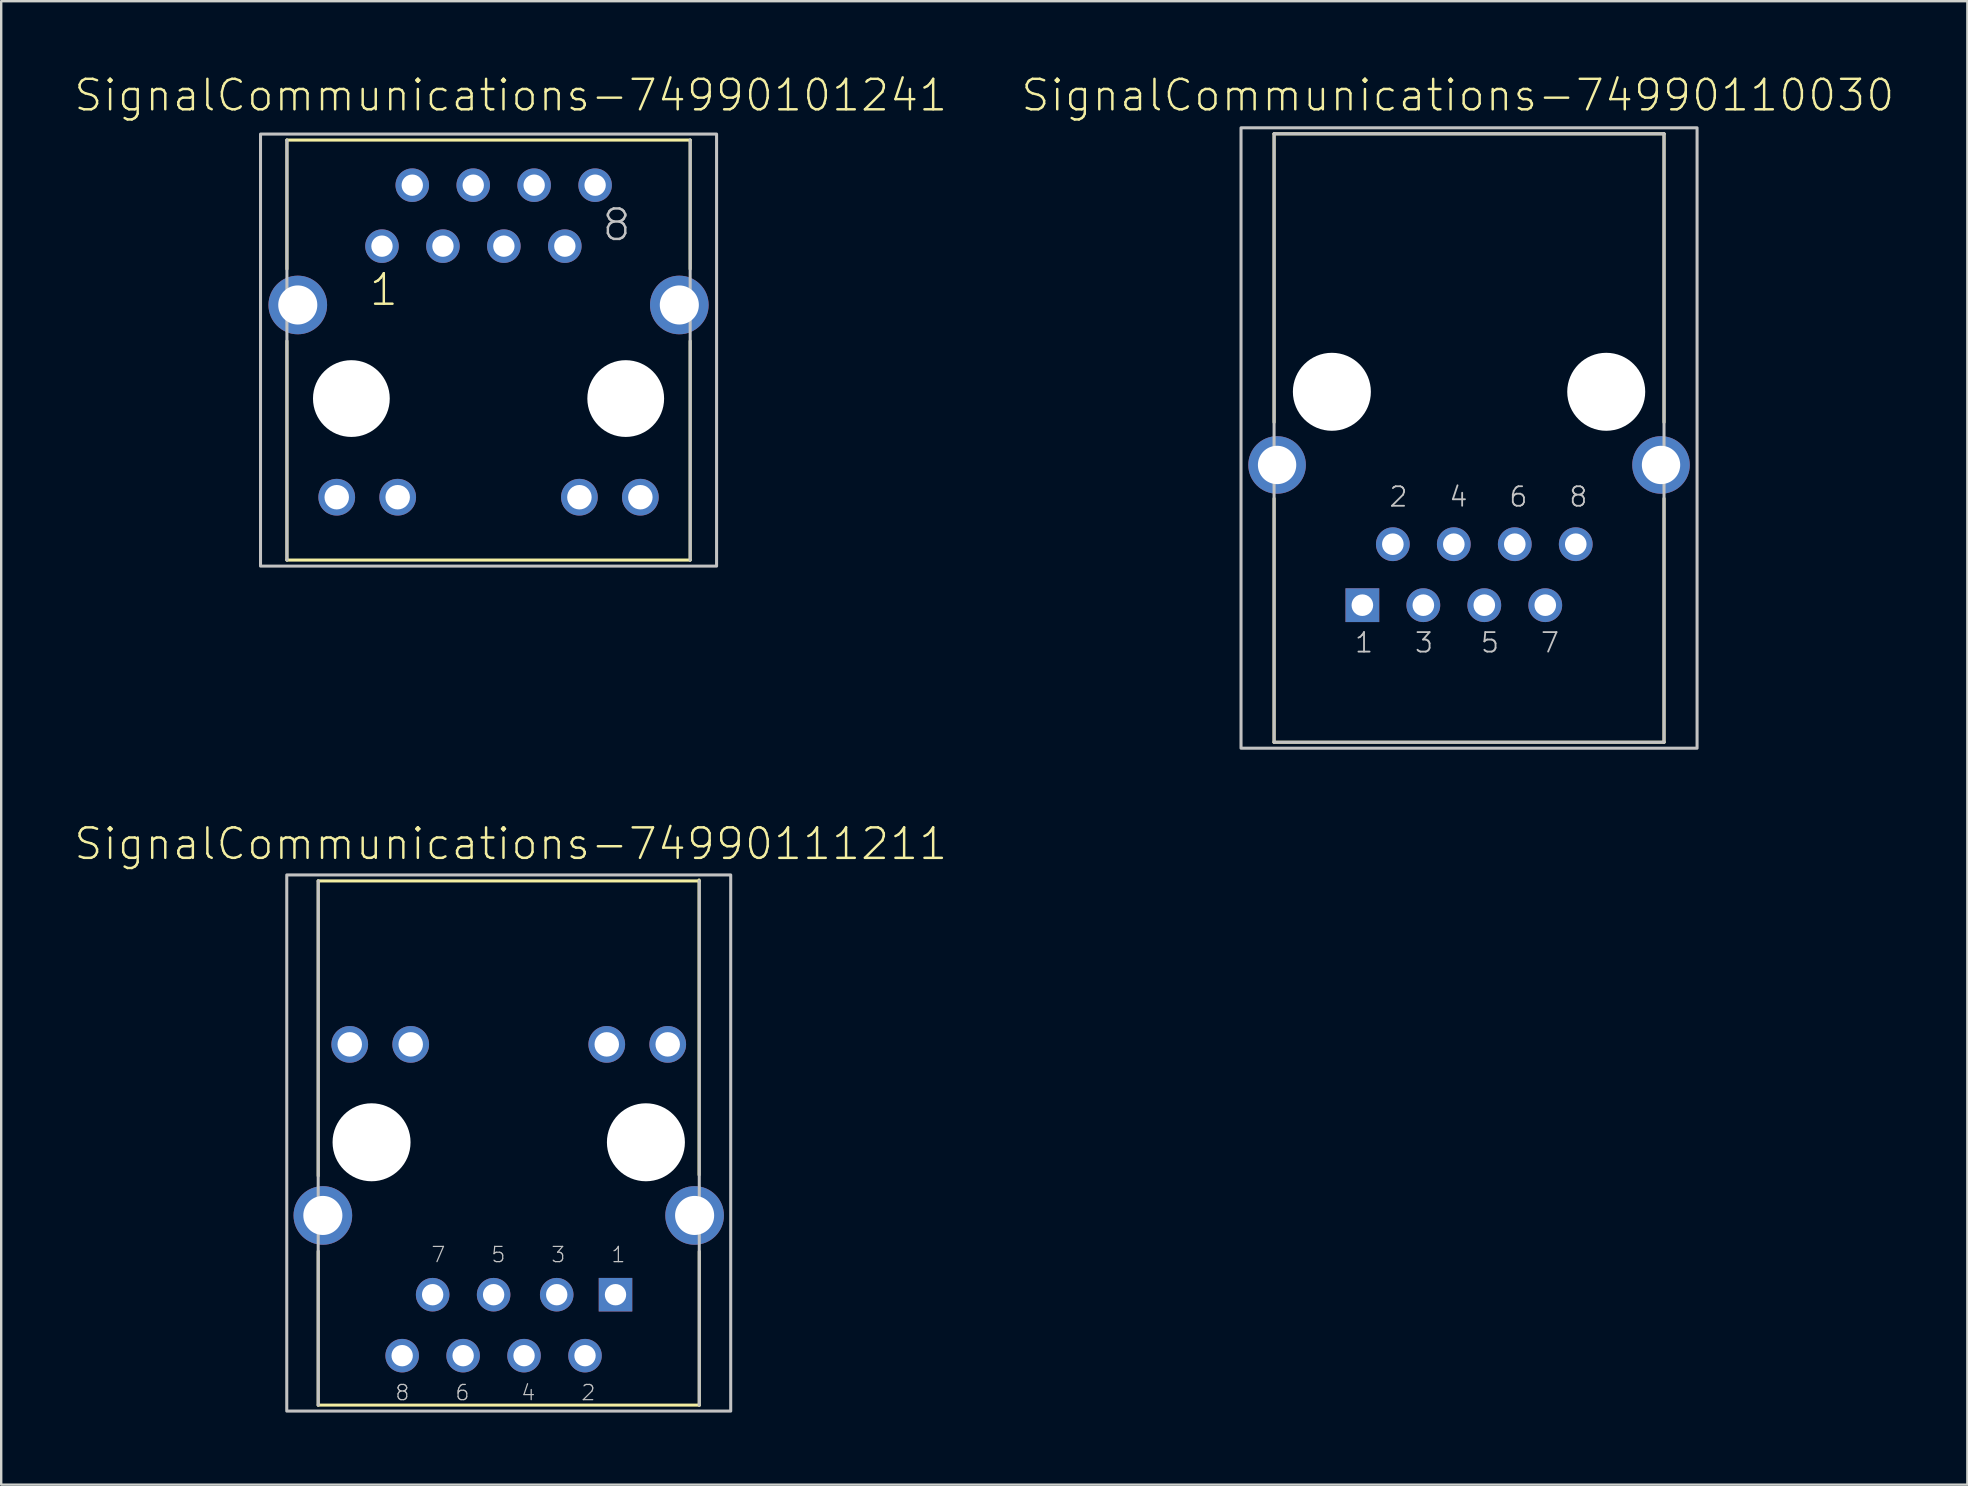
<source format=kicad_pcb>
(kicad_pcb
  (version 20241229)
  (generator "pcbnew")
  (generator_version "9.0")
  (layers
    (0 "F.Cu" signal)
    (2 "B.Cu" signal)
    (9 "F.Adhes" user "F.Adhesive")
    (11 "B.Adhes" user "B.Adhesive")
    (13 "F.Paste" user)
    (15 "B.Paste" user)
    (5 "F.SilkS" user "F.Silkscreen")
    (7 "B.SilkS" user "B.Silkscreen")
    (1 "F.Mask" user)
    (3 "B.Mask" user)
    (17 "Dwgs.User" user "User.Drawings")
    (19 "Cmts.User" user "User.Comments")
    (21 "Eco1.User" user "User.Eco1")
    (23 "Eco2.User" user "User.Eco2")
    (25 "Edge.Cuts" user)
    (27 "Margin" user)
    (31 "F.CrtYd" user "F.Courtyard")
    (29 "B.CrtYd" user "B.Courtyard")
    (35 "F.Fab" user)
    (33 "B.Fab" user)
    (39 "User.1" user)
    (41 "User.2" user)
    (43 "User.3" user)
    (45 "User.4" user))
  (footprint "SignalCommunications-74990110030"
    (layer "F.Cu")
    (at 58.154 13.273)
    (property "Reference" "SignalCommunications-74990110030" (at -0.467 -12.352 0) (layer "F.SilkS") (effects (font (size 1.27 1.27) (thickness 0.102))))
    (attr exclude_from_pos_files exclude_from_bom)
    (fp_line (start -8.123 -10.749) (end 8.123 -10.749) (stroke (width 0.127) (type solid)) (layer "F.SilkS"))
    (fp_line (start -8.123 1.27) (end -8.123 -10.749) (stroke (width 0.127) (type solid)) (layer "F.SilkS"))
    (fp_line (start -8.123 14.6) (end -8.123 4.445) (stroke (width 0.127) (type solid)) (layer "F.SilkS"))
    (fp_line (start -8.123 14.6) (end 8.123 14.6) (stroke (width 0.127) (type solid)) (layer "F.SilkS"))
    (fp_line (start 8.123 1.27) (end 8.123 -10.749) (stroke (width 0.127) (type solid)) (layer "F.SilkS"))
    (fp_line (start 8.123 14.6) (end 8.123 4.445) (stroke (width 0.127) (type solid)) (layer "F.SilkS"))
    (fp_line (start -8.123 -10.749) (end -8.123 14.6) (stroke (width 0.127) (type solid)) (layer "Dwgs.User"))
    (fp_line (start -8.123 -10.749) (end 8.123 -10.749) (stroke (width 0.127) (type solid)) (layer "Dwgs.User"))
    (fp_line (start -8.123 14.6) (end 8.123 14.6) (stroke (width 0.127) (type solid)) (layer "Dwgs.User"))
    (fp_line (start 8.123 14.6) (end 8.123 -10.749) (stroke (width 0.127) (type solid)) (layer "Dwgs.User"))
    (fp_poly (pts (xy -9.5 -10.998) (xy 9.5 -10.998) (xy 9.5 14.849) (xy -9.5 14.849) (xy -9.5 -10.998)) (stroke (width 0.127) (type solid)) (fill no) (layer "Dwgs.User"))
    (fp_text user "6" (at 2.055 4.376 180) (layer "Dwgs.User") (effects (font (size 0.813 0.813) (thickness 0.076))))
    (fp_text user "3" (at -1.877 10.452 180) (layer "Dwgs.User") (effects (font (size 0.813 0.813) (thickness 0.076))))
    (fp_text user "2" (at -2.941 4.376 180) (layer "Dwgs.User") (effects (font (size 0.813 0.813) (thickness 0.076))))
    (fp_text user "1" (at -4.376 10.452 180) (layer "Dwgs.User") (effects (font (size 0.813 0.813) (thickness 0.076))))
    (fp_text user "5" (at 0.871 10.452 180) (layer "Dwgs.User") (effects (font (size 0.813 0.813) (thickness 0.076))))
    (fp_text user "4" (at -0.442 4.376 180) (layer "Dwgs.User") (effects (font (size 0.813 0.813) (thickness 0.076))))
    (fp_text user "7" (at 3.371 10.452 180) (layer "Dwgs.User") (effects (font (size 0.813 0.813) (thickness 0.076))))
    (fp_text user "8" (at 4.554 4.376 180) (layer "Dwgs.User") (effects (font (size 0.813 0.813) (thickness 0.076))))
    (pad "" np_thru_hole circle (at -5.715 0) (size 3.249 3.249) (drill 3.249) (layers "*.Cu" "*.Mask"))
    (pad "" np_thru_hole circle (at 5.715 0) (size 3.249 3.249) (drill 3.249) (layers "*.Cu" "*.Mask"))
    (pad "1" thru_hole rect (at -4.445 8.89) (size 1.407 1.407) (drill 0.899) (layers "*.Cu" "*.Paste" "*.Mask"))
    (pad "2" thru_hole circle (at -3.175 6.35) (size 1.407 1.407) (drill 0.899) (layers "*.Cu" "*.Paste" "*.Mask"))
    (pad "3" thru_hole circle (at -1.905 8.89) (size 1.407 1.407) (drill 0.899) (layers "*.Cu" "*.Paste" "*.Mask"))
    (pad "4" thru_hole circle (at -0.635 6.35) (size 1.407 1.407) (drill 0.899) (layers "*.Cu" "*.Paste" "*.Mask"))
    (pad "5" thru_hole circle (at 0.635 8.89) (size 1.407 1.407) (drill 0.899) (layers "*.Cu" "*.Paste" "*.Mask"))
    (pad "6" thru_hole circle (at 1.905 6.35) (size 1.407 1.407) (drill 0.899) (layers "*.Cu" "*.Paste" "*.Mask"))
    (pad "7" thru_hole circle (at 3.175 8.89) (size 1.407 1.407) (drill 0.899) (layers "*.Cu" "*.Paste" "*.Mask"))
    (pad "8" thru_hole circle (at 4.445 6.35) (size 1.407 1.407) (drill 0.899) (layers "*.Cu" "*.Paste" "*.Mask"))
    (pad "Z1" thru_hole circle (at -7.998 3.048) (size 2.398 2.398) (drill 1.598) (layers "*.Cu" "*.Paste" "*.Mask"))
    (pad "Z2" thru_hole circle (at 7.998 3.048) (size 2.398 2.398) (drill 1.598) (layers "*.Cu" "*.Paste" "*.Mask")))
  (footprint "SignalCommunications-74990101241"
    (layer "F.Cu")
    (at 17.304 13.555)
    (property "Reference" "SignalCommunications-74990101241" (at 0.925 -12.634 0) (layer "F.SilkS") (effects (font (size 1.27 1.27) (thickness 0.102))))
    (attr exclude_from_pos_files exclude_from_bom)
    (fp_line (start -8.4 -10.77) (end 8.4 -10.77) (stroke (width 0.127) (type solid)) (layer "F.SilkS"))
    (fp_line (start -8.4 -5.397) (end -8.4 -10.77) (stroke (width 0.127) (type solid)) (layer "F.SilkS"))
    (fp_line (start -8.4 -2.398) (end -8.4 6.728) (stroke (width 0.127) (type solid)) (layer "F.SilkS"))
    (fp_line (start 8.4 -5.397) (end 8.4 -10.77) (stroke (width 0.127) (type solid)) (layer "F.SilkS"))
    (fp_line (start 8.4 -2.398) (end 8.4 6.728) (stroke (width 0.127) (type solid)) (layer "F.SilkS"))
    (fp_line (start 8.4 6.728) (end -8.4 6.728) (stroke (width 0.127) (type solid)) (layer "F.SilkS"))
    (fp_line (start -8.4 6.728) (end -8.4 -10.77) (stroke (width 0.127) (type solid)) (layer "Dwgs.User"))
    (fp_line (start 8.4 -10.77) (end 8.4 6.728) (stroke (width 0.127) (type solid)) (layer "Dwgs.User"))
    (fp_poly (pts (xy -9.5 -11.019) (xy 9.5 -11.019) (xy 9.5 6.98) (xy -9.5 6.98) (xy -9.5 -11.019)) (stroke (width 0.127) (type solid)) (fill no) (layer "Dwgs.User"))
    (fp_text user "1" (at -4.364 -4.534 0) (layer "F.SilkS") (effects (font (size 1.27 1.27) (thickness 0.102))))
    (fp_text user "8" (at 5.334 -7.234 0) (layer "Dwgs.User") (effects (font (size 1.27 1.27) (thickness 0.102))))
    (pad "" np_thru_hole circle (at -5.715 0) (size 3.198 3.198) (drill 3.198) (layers "*.Cu" "*.Mask"))
    (pad "" np_thru_hole circle (at 5.715 0) (size 3.198 3.198) (drill 3.198) (layers "*.Cu" "*.Mask"))
    (pad "1" thru_hole circle (at -4.44 -6.35) (size 1.397 1.397) (drill 0.889) (layers "*.Cu" "*.Paste" "*.Mask"))
    (pad "2" thru_hole circle (at -3.178 -8.89) (size 1.397 1.397) (drill 0.889) (layers "*.Cu" "*.Paste" "*.Mask"))
    (pad "3" thru_hole circle (at -1.9 -6.35) (size 1.397 1.397) (drill 0.889) (layers "*.Cu" "*.Paste" "*.Mask"))
    (pad "4" thru_hole circle (at -0.638 -8.89) (size 1.397 1.397) (drill 0.889) (layers "*.Cu" "*.Paste" "*.Mask"))
    (pad "5" thru_hole circle (at 0.638 -6.35) (size 1.397 1.397) (drill 0.889) (layers "*.Cu" "*.Paste" "*.Mask"))
    (pad "6" thru_hole circle (at 1.9 -8.89) (size 1.397 1.397) (drill 0.889) (layers "*.Cu" "*.Paste" "*.Mask"))
    (pad "7" thru_hole circle (at 3.178 -6.35) (size 1.397 1.397) (drill 0.889) (layers "*.Cu" "*.Paste" "*.Mask"))
    (pad "8" thru_hole circle (at 4.44 -8.89) (size 1.397 1.397) (drill 0.889) (layers "*.Cu" "*.Paste" "*.Mask"))
    (pad "9" thru_hole circle (at -6.325 4.11) (size 1.529 1.529) (drill 1.019) (layers "*.Cu" "*.Paste" "*.Mask"))
    (pad "10" thru_hole circle (at -3.785 4.11) (size 1.529 1.529) (drill 1.019) (layers "*.Cu" "*.Paste" "*.Mask"))
    (pad "11" thru_hole circle (at 3.785 4.11) (size 1.529 1.529) (drill 1.019) (layers "*.Cu" "*.Paste" "*.Mask"))
    (pad "12" thru_hole circle (at 6.325 4.11) (size 1.529 1.529) (drill 1.019) (layers "*.Cu" "*.Paste" "*.Mask"))
    (pad "SHEL" thru_hole circle (at -7.948 -3.899) (size 2.443 2.443) (drill 1.628) (layers "*.Cu" "*.Paste" "*.Mask"))
    (pad "SHEL" thru_hole circle (at 7.948 -3.899) (size 2.443 2.443) (drill 1.628) (layers "*.Cu" "*.Paste" "*.Mask")))
  (footprint "SignalCommunications-74990111211"
    (layer "F.Cu")
    (at 18.145 44.54)
    (property "Reference" "SignalCommunications-74990111211" (at 0.084 -12.433 0) (layer "F.SilkS") (effects (font (size 1.27 1.27) (thickness 0.102))))
    (attr exclude_from_pos_files exclude_from_bom)
    (fp_line (start -7.938 1.4) (end -7.938 -10.889) (stroke (width 0.127) (type solid)) (layer "F.SilkS"))
    (fp_line (start -7.938 4.539) (end -7.938 10.95) (stroke (width 0.127) (type solid)) (layer "F.SilkS"))
    (fp_line (start -7.938 10.95) (end 7.938 10.95) (stroke (width 0.127) (type solid)) (layer "F.SilkS"))
    (fp_line (start 7.93 1.359) (end 7.93 -10.93) (stroke (width 0.127) (type solid)) (layer "F.SilkS"))
    (fp_line (start 7.938 -10.889) (end -7.938 -10.889) (stroke (width 0.127) (type solid)) (layer "F.SilkS"))
    (fp_line (start 7.938 4.549) (end 7.938 10.958) (stroke (width 0.127) (type solid)) (layer "F.SilkS"))
    (fp_line (start -7.938 -10.889) (end -7.938 10.95) (stroke (width 0.127) (type solid)) (layer "Dwgs.User"))
    (fp_line (start 7.938 10.95) (end 7.938 -10.889) (stroke (width 0.127) (type solid)) (layer "Dwgs.User"))
    (fp_poly (pts (xy -9.248 -11.138) (xy 9.248 -11.138) (xy 9.248 11.199) (xy -9.248 11.199) (xy -9.248 -11.138)) (stroke (width 0.127) (type solid)) (fill no) (layer "Dwgs.User"))
    (fp_text user "2" (at 3.317 10.432 0) (layer "Dwgs.User") (effects (font (size 0.635 0.635) (thickness 0.051))))
    (fp_text user "8" (at -4.432 10.432 0) (layer "Dwgs.User") (effects (font (size 0.635 0.635) (thickness 0.051))))
    (fp_text user "7" (at -2.931 4.681 0) (layer "Dwgs.User") (effects (font (size 0.635 0.635) (thickness 0.051))))
    (fp_text user "3" (at 2.065 4.681 0) (layer "Dwgs.User") (effects (font (size 0.635 0.635) (thickness 0.051))))
    (fp_text user "6" (at -1.93 10.432 0) (layer "Dwgs.User") (effects (font (size 0.635 0.635) (thickness 0.051))))
    (fp_text user "4" (at 0.815 10.432 0) (layer "Dwgs.User") (effects (font (size 0.635 0.635) (thickness 0.051))))
    (fp_text user "5" (at -0.432 4.681 0) (layer "Dwgs.User") (effects (font (size 0.635 0.635) (thickness 0.051))))
    (fp_text user "1" (at 4.567 4.681 0) (layer "Dwgs.User") (effects (font (size 0.635 0.635) (thickness 0.051))))
    (pad "" np_thru_hole circle (at -5.715 0) (size 3.249 3.249) (drill 3.249) (layers "*.Cu" "*.Mask"))
    (pad "" np_thru_hole circle (at 5.715 0) (size 3.249 3.249) (drill 3.249) (layers "*.Cu" "*.Mask"))
    (pad "1" thru_hole rect (at 4.448 6.35) (size 1.397 1.397) (drill 0.889) (layers "*.Cu" "*.Paste" "*.Mask"))
    (pad "2" thru_hole circle (at 3.178 8.89) (size 1.397 1.397) (drill 0.889) (layers "*.Cu" "*.Paste" "*.Mask"))
    (pad "3" thru_hole circle (at 1.999 6.35) (size 1.397 1.397) (drill 0.889) (layers "*.Cu" "*.Paste" "*.Mask"))
    (pad "4" thru_hole circle (at 0.638 8.89) (size 1.397 1.397) (drill 0.889) (layers "*.Cu" "*.Paste" "*.Mask"))
    (pad "5" thru_hole circle (at -0.63 6.35) (size 1.397 1.397) (drill 0.889) (layers "*.Cu" "*.Paste" "*.Mask"))
    (pad "6" thru_hole circle (at -1.9 8.89) (size 1.397 1.397) (drill 0.889) (layers "*.Cu" "*.Paste" "*.Mask"))
    (pad "7" thru_hole circle (at -3.17 6.35) (size 1.397 1.397) (drill 0.889) (layers "*.Cu" "*.Paste" "*.Mask"))
    (pad "8" thru_hole circle (at -4.44 8.89) (size 1.397 1.397) (drill 0.889) (layers "*.Cu" "*.Paste" "*.Mask"))
    (pad "9" thru_hole circle (at 6.624 -4.079) (size 1.529 1.529) (drill 1.019) (layers "*.Cu" "*.Paste" "*.Mask"))
    (pad "10" thru_hole circle (at 4.084 -4.079) (size 1.529 1.529) (drill 1.019) (layers "*.Cu" "*.Paste" "*.Mask"))
    (pad "11" thru_hole circle (at -4.084 -4.079) (size 1.529 1.529) (drill 1.019) (layers "*.Cu" "*.Paste" "*.Mask"))
    (pad "12" thru_hole circle (at -6.624 -4.079) (size 1.529 1.529) (drill 1.019) (layers "*.Cu" "*.Paste" "*.Mask"))
    (pad "Z1" thru_hole circle (at -7.744 3.048) (size 2.443 2.443) (drill 1.628) (layers "*.Cu" "*.Paste" "*.Mask"))
    (pad "Z2" thru_hole circle (at 7.744 3.048) (size 2.443 2.443) (drill 1.628) (layers "*.Cu" "*.Paste" "*.Mask")))
  (gr_rect
    (start -3 -3)
    (end 78.915 58.803)
    (stroke (width 0.1) (type default))
    (fill no)
    (layer "Edge.Cuts")))
</source>
